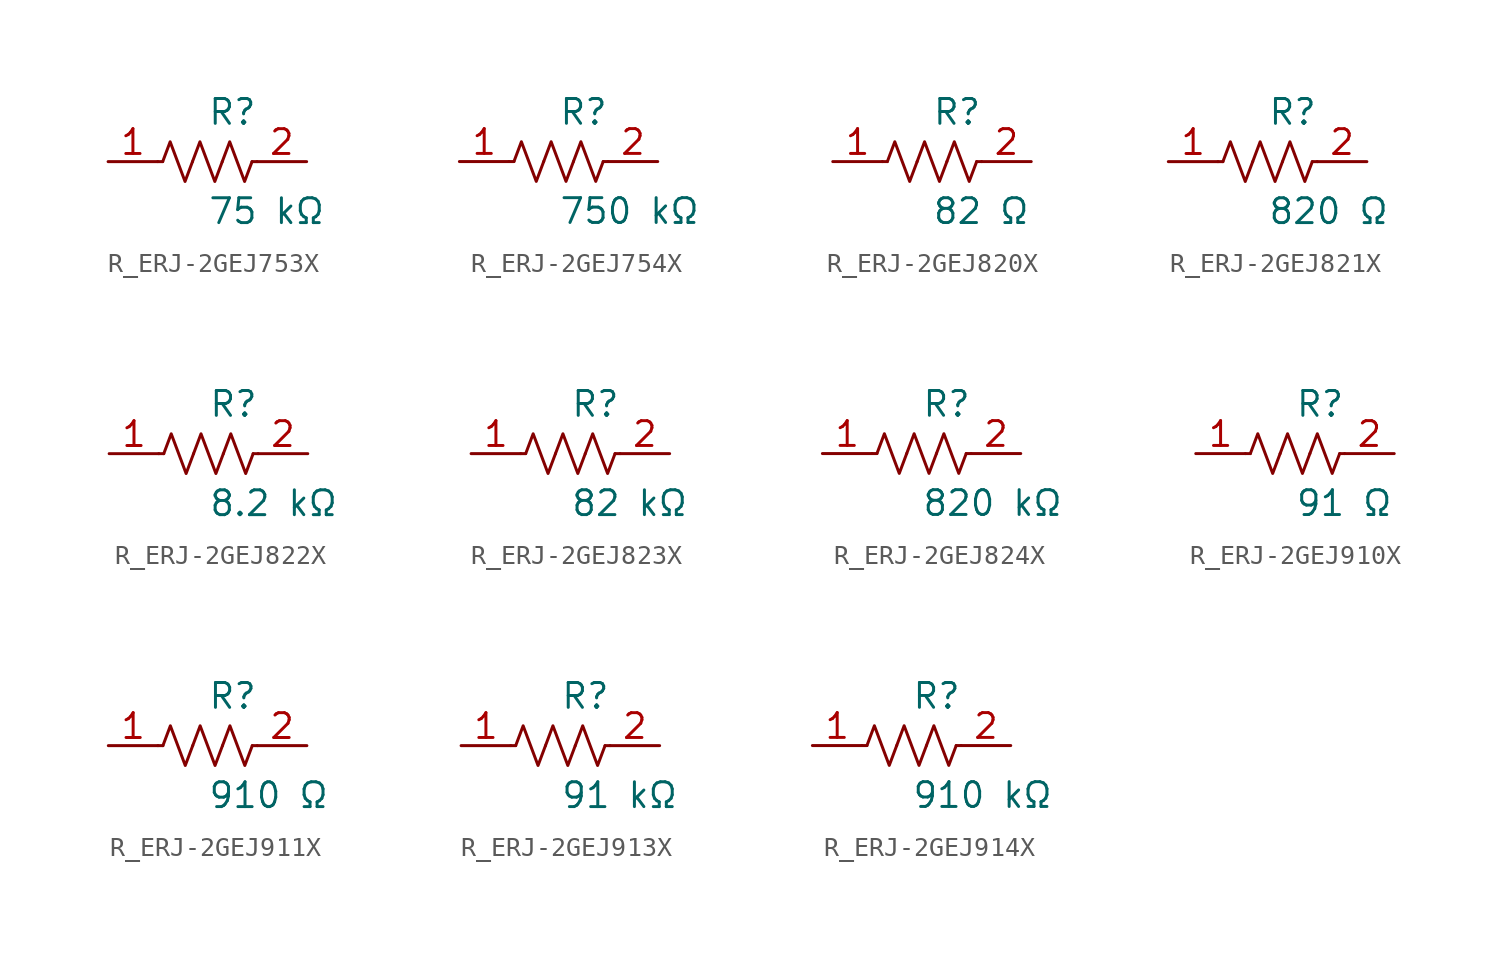
<source format=kicad_sym>
(kicad_symbol_lib
  (version 20231120)
  (generator kicad_symbol_editor)
  (generator_version 8.0)
  (symbol "R_ERJ-2GEJ753X"
    (pin_names
      (offset 0.254))
    (property "Reference" "R"
      (at 0.0 2.54 0)
      (effects (font (size 1.27 1.27)) (justify left)))
    (property "Value" "75 kΩ"
      (at 0.0 -2.54 0)
      (effects (font (size 1.27 1.27)) (justify left)))
    (symbol "R_ERJ-2GEJ753X_0_1"
      (polyline (pts (xy 2.286 0) (xy 2.54 0)) (stroke (width 0) (type default)) (fill (type none)))
      (polyline (pts (xy -2.286 0) (xy -2.54 0)) (stroke (width 0) (type default)) (fill (type none)))
      (polyline (pts (xy 0.762 0) (xy 1.143 1.016) (xy 1.524 0) (xy 1.905 -1.016) (xy 2.286 0)) (stroke (width 0) (type default)) (fill (type none)))
      (polyline (pts (xy -0.762 0) (xy -0.381 1.016) (xy 0 0) (xy 0.381 -1.016) (xy 0.762 0)) (stroke (width 0) (type default)) (fill (type none)))
      (polyline (pts (xy -2.286 0) (xy -1.905 1.016) (xy -1.524 0) (xy -1.143 -1.016) (xy -0.762 0)) (stroke (width 0) (type default)) (fill (type none))))
    (pin unspecified line
      (at -5.08 0 0)
      (length 2.54)
      (name "" (effects (font (size 1.27 1.27))))
      (number "1" (effects (font (size 1.27 1.27)))))
    (pin unspecified line
      (at 5.08 0 180)
      (length 2.54)
      (name "" (effects (font (size 1.27 1.27))))
      (number "2" (effects (font (size 1.27 1.27))))))
  (symbol "R_ERJ-2GEJ754X"
    (pin_names
      (offset 0.254))
    (property "Reference" "R"
      (at 0.0 2.54 0)
      (effects (font (size 1.27 1.27)) (justify left)))
    (property "Value" "750 kΩ"
      (at 0.0 -2.54 0)
      (effects (font (size 1.27 1.27)) (justify left)))
    (symbol "R_ERJ-2GEJ754X_0_1"
      (polyline (pts (xy 2.286 0) (xy 2.54 0)) (stroke (width 0) (type default)) (fill (type none)))
      (polyline (pts (xy -2.286 0) (xy -2.54 0)) (stroke (width 0) (type default)) (fill (type none)))
      (polyline (pts (xy 0.762 0) (xy 1.143 1.016) (xy 1.524 0) (xy 1.905 -1.016) (xy 2.286 0)) (stroke (width 0) (type default)) (fill (type none)))
      (polyline (pts (xy -0.762 0) (xy -0.381 1.016) (xy 0 0) (xy 0.381 -1.016) (xy 0.762 0)) (stroke (width 0) (type default)) (fill (type none)))
      (polyline (pts (xy -2.286 0) (xy -1.905 1.016) (xy -1.524 0) (xy -1.143 -1.016) (xy -0.762 0)) (stroke (width 0) (type default)) (fill (type none))))
    (pin unspecified line
      (at -5.08 0 0)
      (length 2.54)
      (name "" (effects (font (size 1.27 1.27))))
      (number "1" (effects (font (size 1.27 1.27)))))
    (pin unspecified line
      (at 5.08 0 180)
      (length 2.54)
      (name "" (effects (font (size 1.27 1.27))))
      (number "2" (effects (font (size 1.27 1.27))))))
  (symbol "R_ERJ-2GEJ820X"
    (pin_names
      (offset 0.254))
    (property "Reference" "R"
      (at 0.0 2.54 0)
      (effects (font (size 1.27 1.27)) (justify left)))
    (property "Value" "82 Ω"
      (at 0.0 -2.54 0)
      (effects (font (size 1.27 1.27)) (justify left)))
    (symbol "R_ERJ-2GEJ820X_0_1"
      (polyline (pts (xy 2.286 0) (xy 2.54 0)) (stroke (width 0) (type default)) (fill (type none)))
      (polyline (pts (xy -2.286 0) (xy -2.54 0)) (stroke (width 0) (type default)) (fill (type none)))
      (polyline (pts (xy 0.762 0) (xy 1.143 1.016) (xy 1.524 0) (xy 1.905 -1.016) (xy 2.286 0)) (stroke (width 0) (type default)) (fill (type none)))
      (polyline (pts (xy -0.762 0) (xy -0.381 1.016) (xy 0 0) (xy 0.381 -1.016) (xy 0.762 0)) (stroke (width 0) (type default)) (fill (type none)))
      (polyline (pts (xy -2.286 0) (xy -1.905 1.016) (xy -1.524 0) (xy -1.143 -1.016) (xy -0.762 0)) (stroke (width 0) (type default)) (fill (type none))))
    (pin unspecified line
      (at -5.08 0 0)
      (length 2.54)
      (name "" (effects (font (size 1.27 1.27))))
      (number "1" (effects (font (size 1.27 1.27)))))
    (pin unspecified line
      (at 5.08 0 180)
      (length 2.54)
      (name "" (effects (font (size 1.27 1.27))))
      (number "2" (effects (font (size 1.27 1.27))))))
  (symbol "R_ERJ-2GEJ821X"
    (pin_names
      (offset 0.254))
    (property "Reference" "R"
      (at 0.0 2.54 0)
      (effects (font (size 1.27 1.27)) (justify left)))
    (property "Value" "820 Ω"
      (at 0.0 -2.54 0)
      (effects (font (size 1.27 1.27)) (justify left)))
    (symbol "R_ERJ-2GEJ821X_0_1"
      (polyline (pts (xy 2.286 0) (xy 2.54 0)) (stroke (width 0) (type default)) (fill (type none)))
      (polyline (pts (xy -2.286 0) (xy -2.54 0)) (stroke (width 0) (type default)) (fill (type none)))
      (polyline (pts (xy 0.762 0) (xy 1.143 1.016) (xy 1.524 0) (xy 1.905 -1.016) (xy 2.286 0)) (stroke (width 0) (type default)) (fill (type none)))
      (polyline (pts (xy -0.762 0) (xy -0.381 1.016) (xy 0 0) (xy 0.381 -1.016) (xy 0.762 0)) (stroke (width 0) (type default)) (fill (type none)))
      (polyline (pts (xy -2.286 0) (xy -1.905 1.016) (xy -1.524 0) (xy -1.143 -1.016) (xy -0.762 0)) (stroke (width 0) (type default)) (fill (type none))))
    (pin unspecified line
      (at -5.08 0 0)
      (length 2.54)
      (name "" (effects (font (size 1.27 1.27))))
      (number "1" (effects (font (size 1.27 1.27)))))
    (pin unspecified line
      (at 5.08 0 180)
      (length 2.54)
      (name "" (effects (font (size 1.27 1.27))))
      (number "2" (effects (font (size 1.27 1.27))))))
  (symbol "R_ERJ-2GEJ822X"
    (pin_names
      (offset 0.254))
    (property "Reference" "R"
      (at 0.0 2.54 0)
      (effects (font (size 1.27 1.27)) (justify left)))
    (property "Value" "8.2 kΩ"
      (at 0.0 -2.54 0)
      (effects (font (size 1.27 1.27)) (justify left)))
    (symbol "R_ERJ-2GEJ822X_0_1"
      (polyline (pts (xy 2.286 0) (xy 2.54 0)) (stroke (width 0) (type default)) (fill (type none)))
      (polyline (pts (xy -2.286 0) (xy -2.54 0)) (stroke (width 0) (type default)) (fill (type none)))
      (polyline (pts (xy 0.762 0) (xy 1.143 1.016) (xy 1.524 0) (xy 1.905 -1.016) (xy 2.286 0)) (stroke (width 0) (type default)) (fill (type none)))
      (polyline (pts (xy -0.762 0) (xy -0.381 1.016) (xy 0 0) (xy 0.381 -1.016) (xy 0.762 0)) (stroke (width 0) (type default)) (fill (type none)))
      (polyline (pts (xy -2.286 0) (xy -1.905 1.016) (xy -1.524 0) (xy -1.143 -1.016) (xy -0.762 0)) (stroke (width 0) (type default)) (fill (type none))))
    (pin unspecified line
      (at -5.08 0 0)
      (length 2.54)
      (name "" (effects (font (size 1.27 1.27))))
      (number "1" (effects (font (size 1.27 1.27)))))
    (pin unspecified line
      (at 5.08 0 180)
      (length 2.54)
      (name "" (effects (font (size 1.27 1.27))))
      (number "2" (effects (font (size 1.27 1.27))))))
  (symbol "R_ERJ-2GEJ823X"
    (pin_names
      (offset 0.254))
    (property "Reference" "R"
      (at 0.0 2.54 0)
      (effects (font (size 1.27 1.27)) (justify left)))
    (property "Value" "82 kΩ"
      (at 0.0 -2.54 0)
      (effects (font (size 1.27 1.27)) (justify left)))
    (symbol "R_ERJ-2GEJ823X_0_1"
      (polyline (pts (xy 2.286 0) (xy 2.54 0)) (stroke (width 0) (type default)) (fill (type none)))
      (polyline (pts (xy -2.286 0) (xy -2.54 0)) (stroke (width 0) (type default)) (fill (type none)))
      (polyline (pts (xy 0.762 0) (xy 1.143 1.016) (xy 1.524 0) (xy 1.905 -1.016) (xy 2.286 0)) (stroke (width 0) (type default)) (fill (type none)))
      (polyline (pts (xy -0.762 0) (xy -0.381 1.016) (xy 0 0) (xy 0.381 -1.016) (xy 0.762 0)) (stroke (width 0) (type default)) (fill (type none)))
      (polyline (pts (xy -2.286 0) (xy -1.905 1.016) (xy -1.524 0) (xy -1.143 -1.016) (xy -0.762 0)) (stroke (width 0) (type default)) (fill (type none))))
    (pin unspecified line
      (at -5.08 0 0)
      (length 2.54)
      (name "" (effects (font (size 1.27 1.27))))
      (number "1" (effects (font (size 1.27 1.27)))))
    (pin unspecified line
      (at 5.08 0 180)
      (length 2.54)
      (name "" (effects (font (size 1.27 1.27))))
      (number "2" (effects (font (size 1.27 1.27))))))
  (symbol "R_ERJ-2GEJ824X"
    (pin_names
      (offset 0.254))
    (property "Reference" "R"
      (at 0.0 2.54 0)
      (effects (font (size 1.27 1.27)) (justify left)))
    (property "Value" "820 kΩ"
      (at 0.0 -2.54 0)
      (effects (font (size 1.27 1.27)) (justify left)))
    (symbol "R_ERJ-2GEJ824X_0_1"
      (polyline (pts (xy 2.286 0) (xy 2.54 0)) (stroke (width 0) (type default)) (fill (type none)))
      (polyline (pts (xy -2.286 0) (xy -2.54 0)) (stroke (width 0) (type default)) (fill (type none)))
      (polyline (pts (xy 0.762 0) (xy 1.143 1.016) (xy 1.524 0) (xy 1.905 -1.016) (xy 2.286 0)) (stroke (width 0) (type default)) (fill (type none)))
      (polyline (pts (xy -0.762 0) (xy -0.381 1.016) (xy 0 0) (xy 0.381 -1.016) (xy 0.762 0)) (stroke (width 0) (type default)) (fill (type none)))
      (polyline (pts (xy -2.286 0) (xy -1.905 1.016) (xy -1.524 0) (xy -1.143 -1.016) (xy -0.762 0)) (stroke (width 0) (type default)) (fill (type none))))
    (pin unspecified line
      (at -5.08 0 0)
      (length 2.54)
      (name "" (effects (font (size 1.27 1.27))))
      (number "1" (effects (font (size 1.27 1.27)))))
    (pin unspecified line
      (at 5.08 0 180)
      (length 2.54)
      (name "" (effects (font (size 1.27 1.27))))
      (number "2" (effects (font (size 1.27 1.27))))))
  (symbol "R_ERJ-2GEJ910X"
    (pin_names
      (offset 0.254))
    (property "Reference" "R"
      (at 0.0 2.54 0)
      (effects (font (size 1.27 1.27)) (justify left)))
    (property "Value" "91 Ω"
      (at 0.0 -2.54 0)
      (effects (font (size 1.27 1.27)) (justify left)))
    (symbol "R_ERJ-2GEJ910X_0_1"
      (polyline (pts (xy 2.286 0) (xy 2.54 0)) (stroke (width 0) (type default)) (fill (type none)))
      (polyline (pts (xy -2.286 0) (xy -2.54 0)) (stroke (width 0) (type default)) (fill (type none)))
      (polyline (pts (xy 0.762 0) (xy 1.143 1.016) (xy 1.524 0) (xy 1.905 -1.016) (xy 2.286 0)) (stroke (width 0) (type default)) (fill (type none)))
      (polyline (pts (xy -0.762 0) (xy -0.381 1.016) (xy 0 0) (xy 0.381 -1.016) (xy 0.762 0)) (stroke (width 0) (type default)) (fill (type none)))
      (polyline (pts (xy -2.286 0) (xy -1.905 1.016) (xy -1.524 0) (xy -1.143 -1.016) (xy -0.762 0)) (stroke (width 0) (type default)) (fill (type none))))
    (pin unspecified line
      (at -5.08 0 0)
      (length 2.54)
      (name "" (effects (font (size 1.27 1.27))))
      (number "1" (effects (font (size 1.27 1.27)))))
    (pin unspecified line
      (at 5.08 0 180)
      (length 2.54)
      (name "" (effects (font (size 1.27 1.27))))
      (number "2" (effects (font (size 1.27 1.27))))))
  (symbol "R_ERJ-2GEJ911X"
    (pin_names
      (offset 0.254))
    (property "Reference" "R"
      (at 0.0 2.54 0)
      (effects (font (size 1.27 1.27)) (justify left)))
    (property "Value" "910 Ω"
      (at 0.0 -2.54 0)
      (effects (font (size 1.27 1.27)) (justify left)))
    (symbol "R_ERJ-2GEJ911X_0_1"
      (polyline (pts (xy 2.286 0) (xy 2.54 0)) (stroke (width 0) (type default)) (fill (type none)))
      (polyline (pts (xy -2.286 0) (xy -2.54 0)) (stroke (width 0) (type default)) (fill (type none)))
      (polyline (pts (xy 0.762 0) (xy 1.143 1.016) (xy 1.524 0) (xy 1.905 -1.016) (xy 2.286 0)) (stroke (width 0) (type default)) (fill (type none)))
      (polyline (pts (xy -0.762 0) (xy -0.381 1.016) (xy 0 0) (xy 0.381 -1.016) (xy 0.762 0)) (stroke (width 0) (type default)) (fill (type none)))
      (polyline (pts (xy -2.286 0) (xy -1.905 1.016) (xy -1.524 0) (xy -1.143 -1.016) (xy -0.762 0)) (stroke (width 0) (type default)) (fill (type none))))
    (pin unspecified line
      (at -5.08 0 0)
      (length 2.54)
      (name "" (effects (font (size 1.27 1.27))))
      (number "1" (effects (font (size 1.27 1.27)))))
    (pin unspecified line
      (at 5.08 0 180)
      (length 2.54)
      (name "" (effects (font (size 1.27 1.27))))
      (number "2" (effects (font (size 1.27 1.27))))))
  (symbol "R_ERJ-2GEJ913X"
    (pin_names
      (offset 0.254))
    (property "Reference" "R"
      (at 0.0 2.54 0)
      (effects (font (size 1.27 1.27)) (justify left)))
    (property "Value" "91 kΩ"
      (at 0.0 -2.54 0)
      (effects (font (size 1.27 1.27)) (justify left)))
    (symbol "R_ERJ-2GEJ913X_0_1"
      (polyline (pts (xy 2.286 0) (xy 2.54 0)) (stroke (width 0) (type default)) (fill (type none)))
      (polyline (pts (xy -2.286 0) (xy -2.54 0)) (stroke (width 0) (type default)) (fill (type none)))
      (polyline (pts (xy 0.762 0) (xy 1.143 1.016) (xy 1.524 0) (xy 1.905 -1.016) (xy 2.286 0)) (stroke (width 0) (type default)) (fill (type none)))
      (polyline (pts (xy -0.762 0) (xy -0.381 1.016) (xy 0 0) (xy 0.381 -1.016) (xy 0.762 0)) (stroke (width 0) (type default)) (fill (type none)))
      (polyline (pts (xy -2.286 0) (xy -1.905 1.016) (xy -1.524 0) (xy -1.143 -1.016) (xy -0.762 0)) (stroke (width 0) (type default)) (fill (type none))))
    (pin unspecified line
      (at -5.08 0 0)
      (length 2.54)
      (name "" (effects (font (size 1.27 1.27))))
      (number "1" (effects (font (size 1.27 1.27)))))
    (pin unspecified line
      (at 5.08 0 180)
      (length 2.54)
      (name "" (effects (font (size 1.27 1.27))))
      (number "2" (effects (font (size 1.27 1.27))))))
  (symbol "R_ERJ-2GEJ914X"
    (pin_names
      (offset 0.254))
    (property "Reference" "R"
      (at 0.0 2.54 0)
      (effects (font (size 1.27 1.27)) (justify left)))
    (property "Value" "910 kΩ"
      (at 0.0 -2.54 0)
      (effects (font (size 1.27 1.27)) (justify left)))
    (symbol "R_ERJ-2GEJ914X_0_1"
      (polyline (pts (xy 2.286 0) (xy 2.54 0)) (stroke (width 0) (type default)) (fill (type none)))
      (polyline (pts (xy -2.286 0) (xy -2.54 0)) (stroke (width 0) (type default)) (fill (type none)))
      (polyline (pts (xy 0.762 0) (xy 1.143 1.016) (xy 1.524 0) (xy 1.905 -1.016) (xy 2.286 0)) (stroke (width 0) (type default)) (fill (type none)))
      (polyline (pts (xy -0.762 0) (xy -0.381 1.016) (xy 0 0) (xy 0.381 -1.016) (xy 0.762 0)) (stroke (width 0) (type default)) (fill (type none)))
      (polyline (pts (xy -2.286 0) (xy -1.905 1.016) (xy -1.524 0) (xy -1.143 -1.016) (xy -0.762 0)) (stroke (width 0) (type default)) (fill (type none))))
    (pin unspecified line
      (at -5.08 0 0)
      (length 2.54)
      (name "" (effects (font (size 1.27 1.27))))
      (number "1" (effects (font (size 1.27 1.27)))))
    (pin unspecified line
      (at 5.08 0 180)
      (length 2.54)
      (name "" (effects (font (size 1.27 1.27))))
      (number "2" (effects (font (size 1.27 1.27)))))))
</source>
